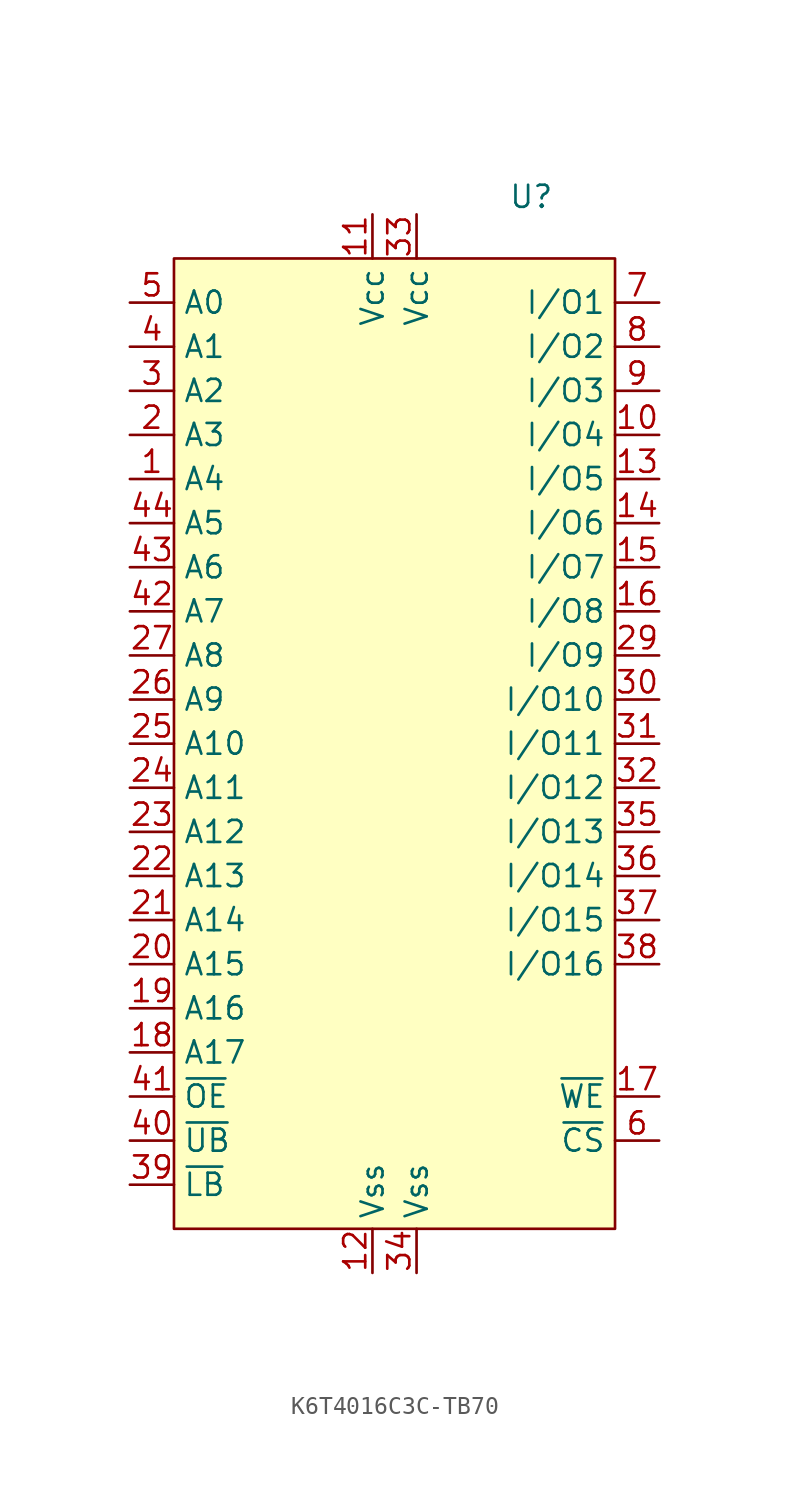
<source format=kicad_sym>
(kicad_symbol_lib
  (version 20241209)
  (generator "kicad_symbol_editor")
  (generator_version "9.0")
  (symbol "K6T4016C3C-TB70"
    (property "Reference" "U"
      (at 7.874 3.556 0)
      (effects (font (size 1.27 1.27))))
    (property "Value" ""
      (at 0 0 0)
      (effects (font (size 1.27 1.27))))
    (symbol "K6T4016C3C-TB70_0_0"
      (pin unspecified line (at -15.24 -2.54 0) (length 2.54) (name "A0" (effects (font (size 1.27 1.27)))) (number "5" (effects (font (size 1.27 1.27)))))
      (pin unspecified line (at -15.24 -5.08 0) (length 2.54) (name "A1" (effects (font (size 1.27 1.27)))) (number "4" (effects (font (size 1.27 1.27)))))
      (pin unspecified line (at -15.24 -7.62 0) (length 2.54) (name "A2" (effects (font (size 1.27 1.27)))) (number "3" (effects (font (size 1.27 1.27)))))
      (pin unspecified line (at -15.24 -10.16 0) (length 2.54) (name "A3" (effects (font (size 1.27 1.27)))) (number "2" (effects (font (size 1.27 1.27)))))
      (pin unspecified line (at -15.24 -12.7 0) (length 2.54) (name "A4" (effects (font (size 1.27 1.27)))) (number "1" (effects (font (size 1.27 1.27)))))
      (pin unspecified line (at -15.24 -15.24 0) (length 2.54) (name "A5" (effects (font (size 1.27 1.27)))) (number "44" (effects (font (size 1.27 1.27)))))
      (pin unspecified line (at -15.24 -17.78 0) (length 2.54) (name "A6" (effects (font (size 1.27 1.27)))) (number "43" (effects (font (size 1.27 1.27)))))
      (pin unspecified line (at -15.24 -20.32 0) (length 2.54) (name "A7" (effects (font (size 1.27 1.27)))) (number "42" (effects (font (size 1.27 1.27)))))
      (pin unspecified line (at -15.24 -22.86 0) (length 2.54) (name "A8" (effects (font (size 1.27 1.27)))) (number "27" (effects (font (size 1.27 1.27)))))
      (pin unspecified line (at -15.24 -25.4 0) (length 2.54) (name "A9" (effects (font (size 1.27 1.27)))) (number "26" (effects (font (size 1.27 1.27)))))
      (pin unspecified line (at -15.24 -27.94 0) (length 2.54) (name "A10" (effects (font (size 1.27 1.27)))) (number "25" (effects (font (size 1.27 1.27)))))
      (pin unspecified line (at -15.24 -30.48 0) (length 2.54) (name "A11" (effects (font (size 1.27 1.27)))) (number "24" (effects (font (size 1.27 1.27)))))
      (pin unspecified line (at -15.24 -33.02 0) (length 2.54) (name "A12" (effects (font (size 1.27 1.27)))) (number "23" (effects (font (size 1.27 1.27)))))
      (pin unspecified line (at -15.24 -35.56 0) (length 2.54) (name "A13" (effects (font (size 1.27 1.27)))) (number "22" (effects (font (size 1.27 1.27)))))
      (pin unspecified line (at -15.24 -38.1 0) (length 2.54) (name "A14" (effects (font (size 1.27 1.27)))) (number "21" (effects (font (size 1.27 1.27)))))
      (pin unspecified line (at -15.24 -40.64 0) (length 2.54) (name "A15" (effects (font (size 1.27 1.27)))) (number "20" (effects (font (size 1.27 1.27)))))
      (pin unspecified line (at -15.24 -43.18 0) (length 2.54) (name "A16" (effects (font (size 1.27 1.27)))) (number "19" (effects (font (size 1.27 1.27)))))
      (pin unspecified line (at -15.24 -45.72 0) (length 2.54) (name "A17" (effects (font (size 1.27 1.27)))) (number "18" (effects (font (size 1.27 1.27)))))
      (pin unspecified line (at -15.24 -48.26 0) (length 2.54) (name "~{OE}" (effects (font (size 1.27 1.27)))) (number "41" (effects (font (size 1.27 1.27)))))
      (pin unspecified line (at -15.24 -50.8 0) (length 2.54) (name "~{UB}" (effects (font (size 1.27 1.27)))) (number "40" (effects (font (size 1.27 1.27)))))
      (pin unspecified line (at -15.24 -53.34 0) (length 2.54) (name "~{LB}" (effects (font (size 1.27 1.27)))) (number "39" (effects (font (size 1.27 1.27)))))
      (pin unspecified line (at -1.27 2.54 270) (length 2.54) (name "Vcc" (effects (font (size 1.27 1.27)))) (number "11" (effects (font (size 1.27 1.27)))))
      (pin unspecified line (at -1.27 -58.42 90) (length 2.54) (name "Vss" (effects (font (size 1.27 1.27)))) (number "12" (effects (font (size 1.27 1.27)))))
      (pin unspecified line (at 1.27 2.54 270) (length 2.54) (name "Vcc" (effects (font (size 1.27 1.27)))) (number "33" (effects (font (size 1.27 1.27)))))
      (pin unspecified line (at 1.27 -58.42 90) (length 2.54) (name "Vss" (effects (font (size 1.27 1.27)))) (number "34" (effects (font (size 1.27 1.27)))))
      (pin unspecified line (at 15.24 -2.54 180) (length 2.54) (name "I/O1" (effects (font (size 1.27 1.27)))) (number "7" (effects (font (size 1.27 1.27)))))
      (pin unspecified line (at 15.24 -5.08 180) (length 2.54) (name "I/O2" (effects (font (size 1.27 1.27)))) (number "8" (effects (font (size 1.27 1.27)))))
      (pin unspecified line (at 15.24 -7.62 180) (length 2.54) (name "I/O3" (effects (font (size 1.27 1.27)))) (number "9" (effects (font (size 1.27 1.27)))))
      (pin unspecified line (at 15.24 -10.16 180) (length 2.54) (name "I/O4" (effects (font (size 1.27 1.27)))) (number "10" (effects (font (size 1.27 1.27)))))
      (pin unspecified line (at 15.24 -12.7 180) (length 2.54) (name "I/O5" (effects (font (size 1.27 1.27)))) (number "13" (effects (font (size 1.27 1.27)))))
      (pin unspecified line (at 15.24 -15.24 180) (length 2.54) (name "I/O6" (effects (font (size 1.27 1.27)))) (number "14" (effects (font (size 1.27 1.27)))))
      (pin unspecified line (at 15.24 -17.78 180) (length 2.54) (name "I/O7" (effects (font (size 1.27 1.27)))) (number "15" (effects (font (size 1.27 1.27)))))
      (pin unspecified line (at 15.24 -20.32 180) (length 2.54) (name "I/O8" (effects (font (size 1.27 1.27)))) (number "16" (effects (font (size 1.27 1.27)))))
      (pin unspecified line (at 15.24 -22.86 180) (length 2.54) (name "I/O9" (effects (font (size 1.27 1.27)))) (number "29" (effects (font (size 1.27 1.27)))))
      (pin unspecified line (at 15.24 -25.4 180) (length 2.54) (name "I/O10" (effects (font (size 1.27 1.27)))) (number "30" (effects (font (size 1.27 1.27)))))
      (pin unspecified line (at 15.24 -27.94 180) (length 2.54) (name "I/O11" (effects (font (size 1.27 1.27)))) (number "31" (effects (font (size 1.27 1.27)))))
      (pin unspecified line (at 15.24 -30.48 180) (length 2.54) (name "I/O12" (effects (font (size 1.27 1.27)))) (number "32" (effects (font (size 1.27 1.27)))))
      (pin unspecified line (at 15.24 -33.02 180) (length 2.54) (name "I/O13" (effects (font (size 1.27 1.27)))) (number "35" (effects (font (size 1.27 1.27)))))
      (pin unspecified line (at 15.24 -35.56 180) (length 2.54) (name "I/O14" (effects (font (size 1.27 1.27)))) (number "36" (effects (font (size 1.27 1.27)))))
      (pin unspecified line (at 15.24 -38.1 180) (length 2.54) (name "I/O15" (effects (font (size 1.27 1.27)))) (number "37" (effects (font (size 1.27 1.27)))))
      (pin unspecified line (at 15.24 -40.64 180) (length 2.54) (name "I/O16" (effects (font (size 1.27 1.27)))) (number "38" (effects (font (size 1.27 1.27)))))
      (pin unspecified line (at 15.24 -48.26 180) (length 2.54) (name "~{WE}" (effects (font (size 1.27 1.27)))) (number "17" (effects (font (size 1.27 1.27)))))
      (pin unspecified line (at 15.24 -50.8 180) (length 2.54) (name "~{CS}" (effects (font (size 1.27 1.27)))) (number "6" (effects (font (size 1.27 1.27))))))
    (symbol "K6T4016C3C-TB70_1_0"
      (pin no_connect line (at 15.24 -53.34 180) (length 2.54) (hide yes) (name "NC" (effects (font (size 1.27 1.27)))) (number "28" (effects (font (size 1.27 1.27))))))
    (symbol "K6T4016C3C-TB70_1_1"
      (rectangle (start -12.7 0) (end 12.7 -55.88) (stroke (width 0) (type solid)) (fill (type background))))))
</source>
